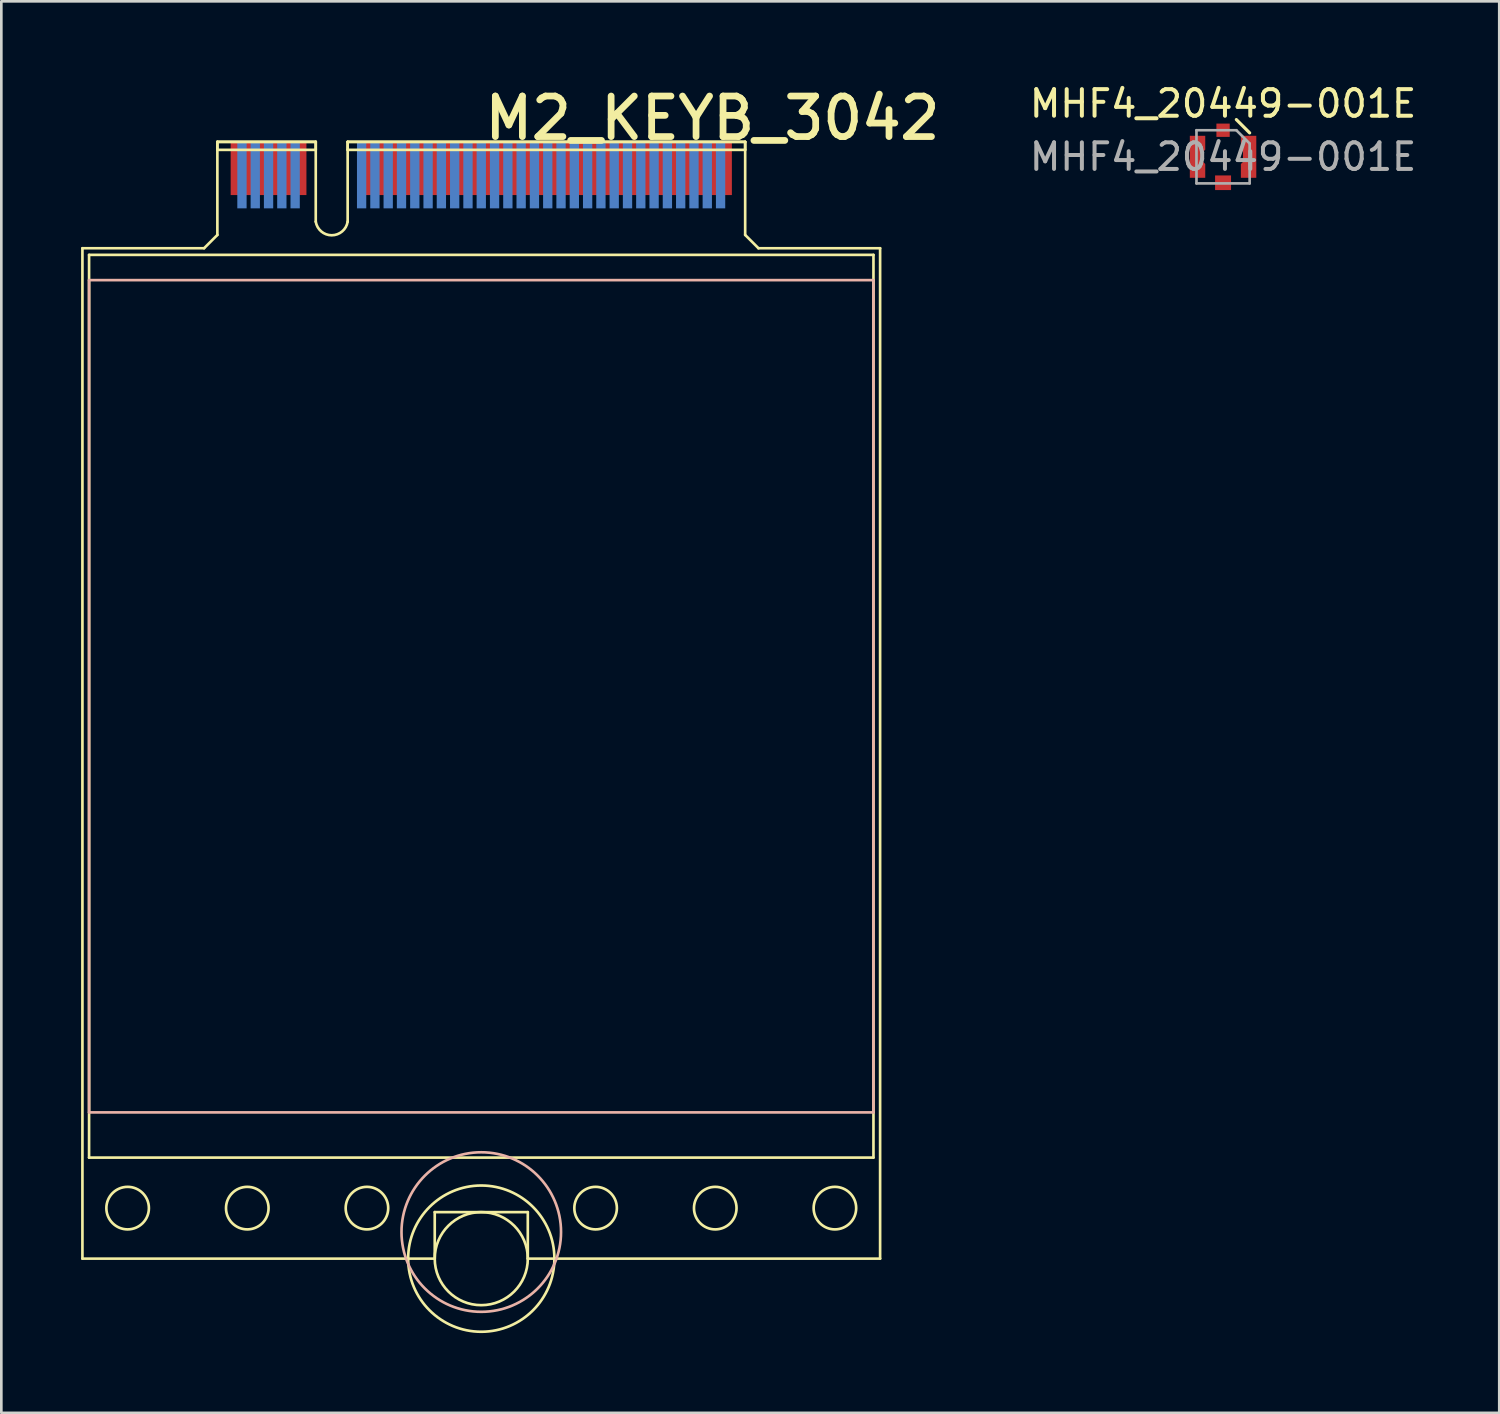
<source format=kicad_pcb>
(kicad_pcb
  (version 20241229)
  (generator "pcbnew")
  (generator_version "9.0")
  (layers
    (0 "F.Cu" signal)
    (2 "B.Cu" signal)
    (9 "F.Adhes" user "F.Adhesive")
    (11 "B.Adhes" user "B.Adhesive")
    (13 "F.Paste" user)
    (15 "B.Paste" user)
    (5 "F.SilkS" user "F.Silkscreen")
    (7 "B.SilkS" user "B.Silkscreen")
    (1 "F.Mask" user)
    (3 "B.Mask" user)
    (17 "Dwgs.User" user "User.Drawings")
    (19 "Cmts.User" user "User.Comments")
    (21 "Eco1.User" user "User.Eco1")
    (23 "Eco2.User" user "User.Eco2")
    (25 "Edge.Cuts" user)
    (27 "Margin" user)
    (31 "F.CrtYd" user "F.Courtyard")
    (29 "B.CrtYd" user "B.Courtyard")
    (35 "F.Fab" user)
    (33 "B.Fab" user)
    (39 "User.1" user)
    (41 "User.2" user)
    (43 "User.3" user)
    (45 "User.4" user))
  (footprint "MHF4_20449-001E"
    (layer "F.Cu")
    (at 42.948 2.848)
    (property "Reference" "MHF4_20449-001E" (at 0 -2 0) (layer "F.SilkS") (effects (font (size 1 1) (thickness 0.15))))
    (attr smd)
    (fp_line (start 1 -0.9) (end 0.5 -1.4) (stroke (width 0.12) (type solid)) (layer "F.SilkS"))
    (fp_line (start -1 -1) (end -1 1) (stroke (width 0.1) (type solid)) (layer "F.Fab"))
    (fp_line (start -1 1) (end 1 1) (stroke (width 0.1) (type solid)) (layer "F.Fab"))
    (fp_line (start 0.5 -1) (end -1 -1) (stroke (width 0.1) (type solid)) (layer "F.Fab"))
    (fp_line (start 1 -0.5) (end 0.5 -1) (stroke (width 0.1) (type solid)) (layer "F.Fab"))
    (fp_line (start 1 1) (end 1 -0.5) (stroke (width 0.1) (type solid)) (layer "F.Fab"))
    (fp_text user "${REFERENCE}" (at 0 0 0) (layer "F.Fab") (effects (font (size 1 1) (thickness 0.15))))
    (pad "1" smd rect (at 0 0.975) (size 0.6 0.55) (layers "F.Cu" "F.Mask" "F.Paste"))
    (pad "2" smd custom (at -0.67 -0.79) (size 0.000001 0.000001) (layers "F.Cu" "F.Mask" "F.Paste") (options (anchor rect)) (primitives (gr_poly (pts (xy 0 0.52) (xy -0.08 0.6) (xy -0.08 0.98) (xy 0 1.06) (xy 0 1.58) (xy -0.58 1.58) (xy -0.58 0) (xy 0 0)) (width 0) (fill yes))))
    (pad "2" smd rect (at 0 -1) (size 0.5 0.5) (layers "F.Cu" "F.Mask" "F.Paste"))
    (pad "2" smd custom (at 0.67 -0.79) (size 0.000001 0.000001) (layers "F.Cu" "F.Mask" "F.Paste") (options (anchor rect)) (primitives (gr_poly (pts (xy 0.58 1.58) (xy 0 1.58) (xy 0 1.06) (xy 0.08 0.98) (xy 0.08 0.6) (xy 0 0.52) (xy 0 0) (xy 0.58 0)) (width 0) (fill yes)))))
  (footprint "M2_KEYB_3042"
    (layer "F.Cu")
    (at 15.05 2.286)
    (property "Reference" "M2_KEYB_3042" (at 0 0 0) (unlocked yes) (layer "F.SilkS") (effects (font (size 1.524 1.524) (thickness 0.254)) (justify left bottom)))
    (fp_line (start -15 4) (end -15 42) (stroke (width 0.1) (type solid)) (layer "F.SilkS"))
    (fp_line (start -15 4) (end -10.425 4) (stroke (width 0.1) (type solid)) (layer "F.SilkS"))
    (fp_line (start -15 42) (end -1.75 42) (stroke (width 0.1) (type solid)) (layer "F.SilkS"))
    (fp_line (start -14.75 4.25) (end -14.75 38.2) (stroke (width 0.1) (type solid)) (layer "F.SilkS"))
    (fp_line (start -14.75 4.25) (end 14.75 4.25) (stroke (width 0.1) (type solid)) (layer "F.SilkS"))
    (fp_line (start -14.75 38.2) (end 14.75 38.2) (stroke (width 0.1) (type solid)) (layer "F.SilkS"))
    (fp_line (start -9.925 0) (end -9.925 0.3) (stroke (width 0.1) (type solid)) (layer "F.SilkS"))
    (fp_line (start -9.925 0) (end -9.925 3.5) (stroke (width 0.1) (type solid)) (layer "F.SilkS"))
    (fp_line (start -9.925 0) (end -6.225 0) (stroke (width 0.1) (type solid)) (layer "F.SilkS"))
    (fp_line (start -9.925 0) (end -6.225 0) (stroke (width 0.1) (type solid)) (layer "F.SilkS"))
    (fp_line (start -9.925 0.3) (end -6.225 0.3) (stroke (width 0.1) (type solid)) (layer "F.SilkS"))
    (fp_line (start -9.925 3.5) (end -10.425 4) (stroke (width 0.1) (type solid)) (layer "F.SilkS"))
    (fp_line (start -6.225 0) (end -6.225 0.3) (stroke (width 0.1) (type solid)) (layer "F.SilkS"))
    (fp_line (start -6.225 0) (end -6.225 3) (stroke (width 0.1) (type solid)) (layer "F.SilkS"))
    (fp_line (start -5.025 0) (end -5.025 0.3) (stroke (width 0.1) (type solid)) (layer "F.SilkS"))
    (fp_line (start -5.025 0) (end -5.025 3) (stroke (width 0.1) (type solid)) (layer "F.SilkS"))
    (fp_line (start -5.025 0) (end 9.925 0) (stroke (width 0.1) (type solid)) (layer "F.SilkS"))
    (fp_line (start -5.025 0) (end 9.925 0) (stroke (width 0.1) (type solid)) (layer "F.SilkS"))
    (fp_line (start -5.025 0.3) (end 9.925 0.3) (stroke (width 0.1) (type solid)) (layer "F.SilkS"))
    (fp_line (start -1.75 40.25) (end -1.75 42) (stroke (width 0.1) (type solid)) (layer "F.SilkS"))
    (fp_line (start -1.75 40.25) (end 1.75 40.25) (stroke (width 0.1) (type solid)) (layer "F.SilkS"))
    (fp_line (start 1.75 40.25) (end 1.75 42) (stroke (width 0.1) (type solid)) (layer "F.SilkS"))
    (fp_line (start 1.75 42) (end 15 42) (stroke (width 0.1) (type solid)) (layer "F.SilkS"))
    (fp_line (start 9.925 0) (end 9.925 0.3) (stroke (width 0.1) (type solid)) (layer "F.SilkS"))
    (fp_line (start 9.925 0) (end 9.925 3.5) (stroke (width 0.1) (type solid)) (layer "F.SilkS"))
    (fp_line (start 9.925 3.5) (end 10.425 4) (stroke (width 0.1) (type solid)) (layer "F.SilkS"))
    (fp_line (start 10.425 4) (end 15 4) (stroke (width 0.1) (type solid)) (layer "F.SilkS"))
    (fp_line (start 14.75 4.25) (end 14.75 38.2) (stroke (width 0.1) (type solid)) (layer "F.SilkS"))
    (fp_line (start 15 4) (end 15 42) (stroke (width 0.1) (type solid)) (layer "F.SilkS"))
    (fp_arc (start -5.025 3) (mid -5.625 3.512449) (end -6.225 3.000001) (stroke (width 0.1) (type solid)) (layer "F.SilkS"))
    (fp_circle (center -13.3 40.1) (end -12.5 40.1) (stroke (width 0.1) (type solid)) (fill no) (layer "F.SilkS"))
    (fp_circle (center -8.8 40.1) (end -8 40.1) (stroke (width 0.1) (type solid)) (fill no) (layer "F.SilkS"))
    (fp_circle (center -4.3 40.1) (end -3.5 40.1) (stroke (width 0.1) (type solid)) (fill no) (layer "F.SilkS"))
    (fp_circle (center 0 42) (end 1.75 42) (stroke (width 0.1) (type solid)) (fill no) (layer "F.SilkS"))
    (fp_circle (center 0 42) (end 2.75 42) (stroke (width 0.1) (type solid)) (fill no) (layer "F.SilkS"))
    (fp_circle (center 4.3 40.1) (end 5.1 40.1) (stroke (width 0.1) (type solid)) (fill no) (layer "F.SilkS"))
    (fp_circle (center 8.8 40.1) (end 9.6 40.1) (stroke (width 0.1) (type solid)) (fill no) (layer "F.SilkS"))
    (fp_circle (center 13.3 40.1) (end 14.1 40.1) (stroke (width 0.1) (type solid)) (fill no) (layer "F.SilkS"))
    (fp_line (start -14.75 5.2) (end -14.75 36.5) (stroke (width 0.1) (type solid)) (layer "B.SilkS"))
    (fp_line (start -14.75 5.2) (end 14.75 5.2) (stroke (width 0.1) (type solid)) (layer "B.SilkS"))
    (fp_line (start -14.75 36.5) (end 14.75 36.5) (stroke (width 0.1) (type solid)) (layer "B.SilkS"))
    (fp_line (start 14.75 5.2) (end 14.75 36.5) (stroke (width 0.1) (type solid)) (layer "B.SilkS"))
    (fp_circle (center 0 41) (end 3 41) (stroke (width 0.1) (type solid)) (fill no) (layer "B.SilkS"))
    (pad "1" smd rect (at -9.25 1 90) (size 2 0.35) (layers "F.Cu" "F.Mask"))
    (pad "2" smd rect (at -9 1.25 90) (size 2.5 0.35) (layers "B.Cu" "B.Mask"))
    (pad "3" smd rect (at -8.75 1 90) (size 2 0.35) (layers "F.Cu" "F.Mask"))
    (pad "4" smd rect (at -8.5 1.25 90) (size 2.5 0.35) (layers "B.Cu" "B.Mask"))
    (pad "5" smd rect (at -8.25 1 90) (size 2 0.35) (layers "F.Cu" "F.Mask"))
    (pad "6" smd rect (at -8 1.25 90) (size 2.5 0.35) (layers "B.Cu" "B.Mask"))
    (pad "7" smd rect (at -7.75 1 90) (size 2 0.35) (layers "F.Cu" "F.Mask"))
    (pad "8" smd rect (at -7.5 1.25 90) (size 2.5 0.35) (layers "B.Cu" "B.Mask"))
    (pad "9" smd rect (at -7.25 1 90) (size 2 0.35) (layers "F.Cu" "F.Mask"))
    (pad "10" smd rect (at -7 1.25 90) (size 2.5 0.35) (layers "B.Cu" "B.Mask"))
    (pad "11" smd rect (at -6.75 1 90) (size 2 0.35) (layers "F.Cu" "F.Mask"))
    (pad "20" smd rect (at -4.5 1.25 90) (size 2.5 0.35) (layers "B.Cu" "B.Mask"))
    (pad "21" smd rect (at -4.25 1 90) (size 2 0.35) (layers "F.Cu" "F.Mask"))
    (pad "22" smd rect (at -4 1.25 90) (size 2.5 0.35) (layers "B.Cu" "B.Mask"))
    (pad "23" smd rect (at -3.75 1 90) (size 2 0.35) (layers "F.Cu" "F.Mask"))
    (pad "24" smd rect (at -3.5 1.25 90) (size 2.5 0.35) (layers "B.Cu" "B.Mask"))
    (pad "25" smd rect (at -3.25 1 90) (size 2 0.35) (layers "F.Cu" "F.Mask"))
    (pad "26" smd rect (at -3 1.25 90) (size 2.5 0.35) (layers "B.Cu" "B.Mask"))
    (pad "27" smd rect (at -2.75 1 90) (size 2 0.35) (layers "F.Cu" "F.Mask"))
    (pad "28" smd rect (at -2.5 1.25 90) (size 2.5 0.35) (layers "B.Cu" "B.Mask"))
    (pad "29" smd rect (at -2.25 1 90) (size 2 0.35) (layers "F.Cu" "F.Mask"))
    (pad "30" smd rect (at -2 1.25 90) (size 2.5 0.35) (layers "B.Cu" "B.Mask"))
    (pad "31" smd rect (at -1.75 1 90) (size 2 0.35) (layers "F.Cu" "F.Mask"))
    (pad "32" smd rect (at -1.5 1.25 90) (size 2.5 0.35) (layers "B.Cu" "B.Mask"))
    (pad "33" smd rect (at -1.25 1 90) (size 2 0.35) (layers "F.Cu" "F.Mask"))
    (pad "34" smd rect (at -1 1.25 90) (size 2.5 0.35) (layers "B.Cu" "B.Mask"))
    (pad "35" smd rect (at -0.75 1 90) (size 2 0.35) (layers "F.Cu" "F.Mask"))
    (pad "36" smd rect (at -0.5 1.25 90) (size 2.5 0.35) (layers "B.Cu" "B.Mask"))
    (pad "37" smd rect (at -0.25 1 90) (size 2 0.35) (layers "F.Cu" "F.Mask"))
    (pad "38" smd rect (at 0 1.25 90) (size 2.5 0.35) (layers "B.Cu" "B.Mask"))
    (pad "39" smd rect (at 0.25 1 90) (size 2 0.35) (layers "F.Cu" "F.Mask"))
    (pad "40" smd rect (at 0.5 1.25 90) (size 2.5 0.35) (layers "B.Cu" "B.Mask"))
    (pad "41" smd rect (at 0.75 1 90) (size 2 0.35) (layers "F.Cu" "F.Mask"))
    (pad "42" smd rect (at 1 1.25 90) (size 2.5 0.35) (layers "B.Cu" "B.Mask"))
    (pad "43" smd rect (at 1.25 1 90) (size 2 0.35) (layers "F.Cu" "F.Mask"))
    (pad "44" smd rect (at 1.5 1.25 90) (size 2.5 0.35) (layers "B.Cu" "B.Mask"))
    (pad "45" smd rect (at 1.75 1 90) (size 2 0.35) (layers "F.Cu" "F.Mask"))
    (pad "46" smd rect (at 2 1.25 90) (size 2.5 0.35) (layers "B.Cu" "B.Mask"))
    (pad "47" smd rect (at 2.25 1 90) (size 2 0.35) (layers "F.Cu" "F.Mask"))
    (pad "48" smd rect (at 2.5 1.25 90) (size 2.5 0.35) (layers "B.Cu" "B.Mask"))
    (pad "49" smd rect (at 2.75 1 90) (size 2 0.35) (layers "F.Cu" "F.Mask"))
    (pad "50" smd rect (at 3 1.25 90) (size 2.5 0.35) (layers "B.Cu" "B.Mask"))
    (pad "51" smd rect (at 3.25 1 90) (size 2 0.35) (layers "F.Cu" "F.Mask"))
    (pad "52" smd rect (at 3.5 1.25 90) (size 2.5 0.35) (layers "B.Cu" "B.Mask"))
    (pad "53" smd rect (at 3.75 1 90) (size 2 0.35) (layers "F.Cu" "F.Mask"))
    (pad "54" smd rect (at 4 1.25 90) (size 2.5 0.35) (layers "B.Cu" "B.Mask"))
    (pad "55" smd rect (at 4.25 1 90) (size 2 0.35) (layers "F.Cu" "F.Mask"))
    (pad "56" smd rect (at 4.5 1.25 90) (size 2.5 0.35) (layers "B.Cu" "B.Mask"))
    (pad "57" smd rect (at 4.75 1 90) (size 2 0.35) (layers "F.Cu" "F.Mask"))
    (pad "58" smd rect (at 5 1.25 90) (size 2.5 0.35) (layers "B.Cu" "B.Mask"))
    (pad "59" smd rect (at 5.25 1 90) (size 2 0.35) (layers "F.Cu" "F.Mask"))
    (pad "60" smd rect (at 5.5 1.25 90) (size 2.5 0.35) (layers "B.Cu" "B.Mask"))
    (pad "61" smd rect (at 5.75 1 90) (size 2 0.35) (layers "F.Cu" "F.Mask"))
    (pad "62" smd rect (at 6 1.25 90) (size 2.5 0.35) (layers "B.Cu" "B.Mask"))
    (pad "63" smd rect (at 6.25 1 90) (size 2 0.35) (layers "F.Cu" "F.Mask"))
    (pad "64" smd rect (at 6.5 1.25 90) (size 2.5 0.35) (layers "B.Cu" "B.Mask"))
    (pad "65" smd rect (at 6.75 1 90) (size 2 0.35) (layers "F.Cu" "F.Mask"))
    (pad "66" smd rect (at 7 1.25 90) (size 2.5 0.35) (layers "B.Cu" "B.Mask"))
    (pad "67" smd rect (at 7.25 1 90) (size 2 0.35) (layers "F.Cu" "F.Mask"))
    (pad "68" smd rect (at 7.5 1.25 90) (size 2.5 0.35) (layers "B.Cu" "B.Mask"))
    (pad "69" smd rect (at 7.75 1 90) (size 2 0.35) (layers "F.Cu" "F.Mask"))
    (pad "70" smd rect (at 8 1.25 90) (size 2.5 0.35) (layers "B.Cu" "B.Mask"))
    (pad "71" smd rect (at 8.25 1 90) (size 2 0.35) (layers "F.Cu" "F.Mask"))
    (pad "72" smd rect (at 8.5 1.25 90) (size 2.5 0.35) (layers "B.Cu" "B.Mask"))
    (pad "73" smd rect (at 8.75 1 90) (size 2 0.35) (layers "F.Cu" "F.Mask"))
    (pad "74" smd rect (at 9 1.25 90) (size 2.5 0.35) (layers "B.Cu" "B.Mask"))
    (pad "75" smd rect (at 9.25 1 90) (size 2 0.35) (layers "F.Cu" "F.Mask")))
  (gr_rect
    (start -3 -3)
    (end 53.335 50.086)
    (stroke (width 0.1) (type default))
    (fill no)
    (layer "Edge.Cuts")))
</source>
